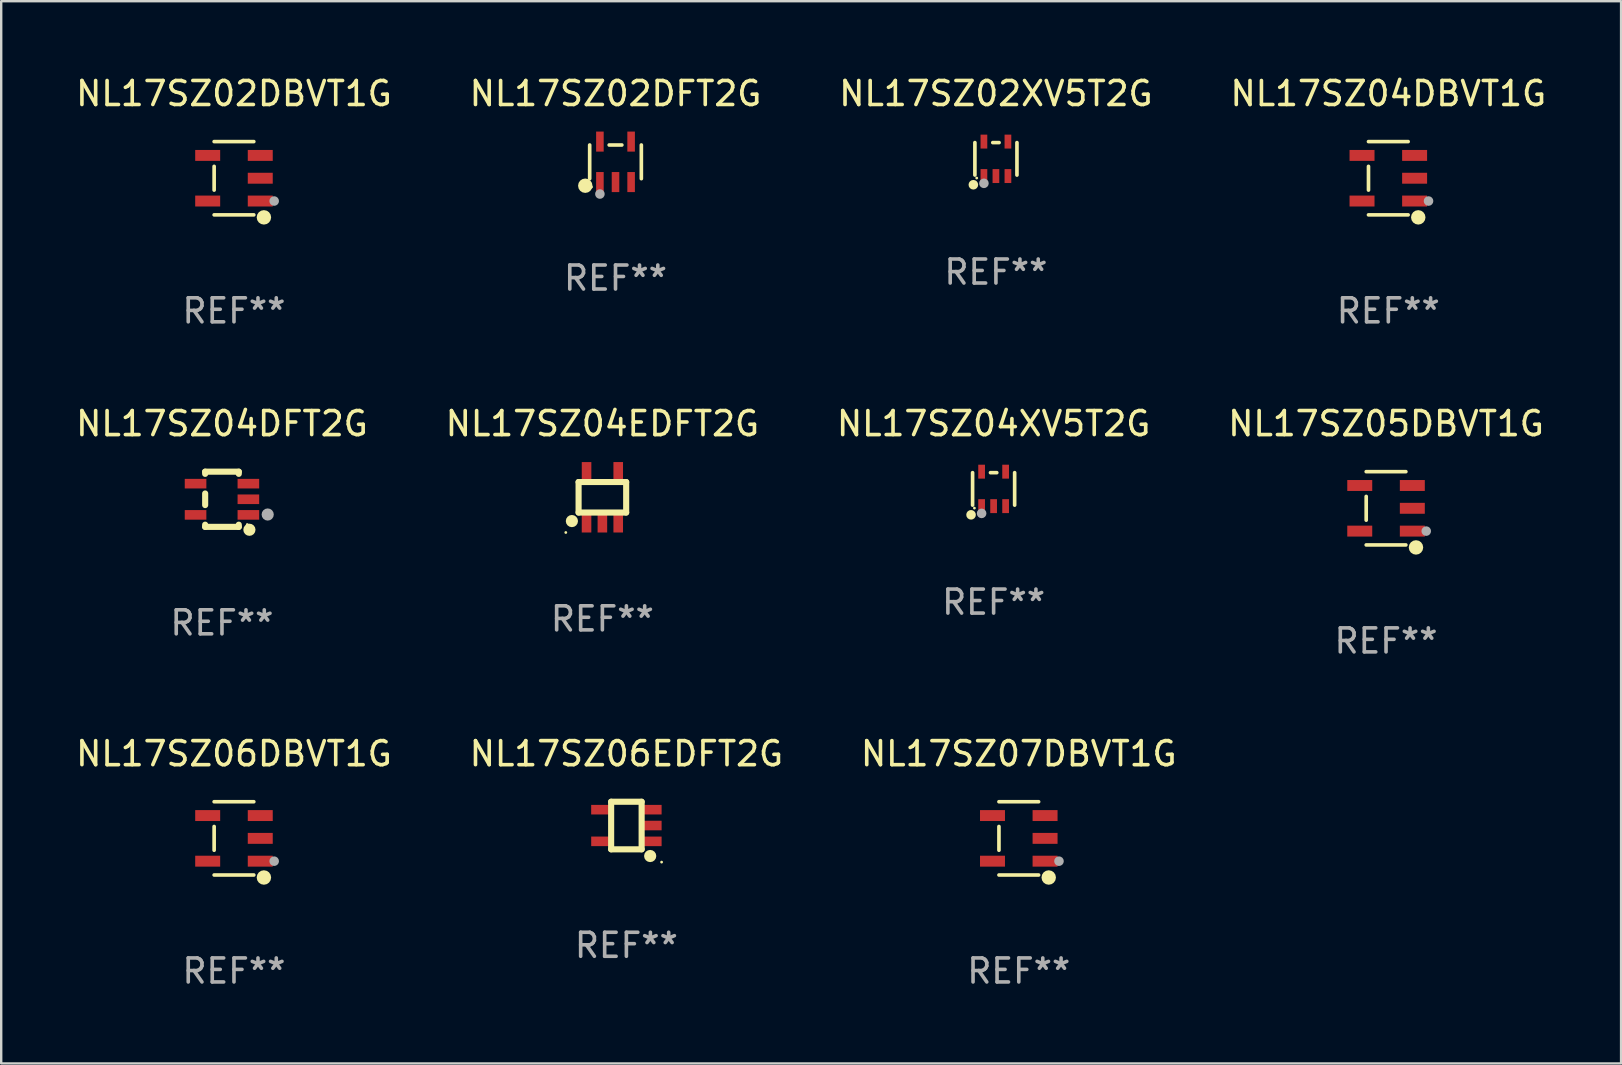
<source format=kicad_pcb>
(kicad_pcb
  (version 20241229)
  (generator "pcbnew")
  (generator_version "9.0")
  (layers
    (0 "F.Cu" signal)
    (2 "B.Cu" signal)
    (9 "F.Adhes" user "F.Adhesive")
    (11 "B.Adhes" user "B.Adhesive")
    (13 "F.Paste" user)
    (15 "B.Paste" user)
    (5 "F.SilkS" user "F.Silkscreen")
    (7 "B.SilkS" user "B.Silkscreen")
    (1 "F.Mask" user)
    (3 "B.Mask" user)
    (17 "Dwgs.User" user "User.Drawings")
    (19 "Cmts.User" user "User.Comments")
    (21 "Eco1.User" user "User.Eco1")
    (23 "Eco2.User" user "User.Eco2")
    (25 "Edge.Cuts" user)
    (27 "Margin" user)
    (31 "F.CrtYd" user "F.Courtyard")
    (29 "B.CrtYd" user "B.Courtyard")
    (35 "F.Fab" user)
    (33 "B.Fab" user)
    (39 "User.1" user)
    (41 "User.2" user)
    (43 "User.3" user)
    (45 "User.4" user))
  (footprint "NL17SZ02DFT2G"
    (layer "F.Cu")
    (at 22.589 3.691)
    (property "Reference" "NL17SZ02DFT2G" (at 0 -2.843 0) (layer "F.SilkS") (effects (font (size 1 1) (thickness 0.15))))
    (attr through_hole)
    (fp_line (start -1.076 0.701) (end -1.076 -0.701) (stroke (width 0.152) (type solid)) (layer "F.SilkS"))
    (fp_line (start 0.264 -0.701) (end -0.264 -0.701) (stroke (width 0.152) (type solid)) (layer "F.SilkS"))
    (fp_line (start 1.076 0.701) (end 1.076 -0.701) (stroke (width 0.152) (type solid)) (layer "F.SilkS"))
    (fp_circle (center -1.26 0.995) (end -1.11 0.995) (stroke (width 0.3) (type solid)) (fill no) (layer "F.SilkS"))
    (fp_circle (center -1 1.05) (end -0.97 1.05) (stroke (width 0.06) (type solid)) (fill no) (layer "F.SilkS"))
    (fp_circle (center -0.65 1.341) (end -0.55 1.341) (stroke (width 0.2) (type solid)) (fill no) (layer "F.Fab"))
    (fp_text user "REF**" (at 0 4.843 0) (layer "F.Fab") (effects (font (size 1 1) (thickness 0.15))))
    (pad "1" smd rect (at -0.65 0.843) (size 0.315 0.835) (layers "F.Cu" "F.Mask" "F.Paste"))
    (pad "2" smd rect (at 0.00014 0.843) (size 0.315 0.835) (layers "F.Cu" "F.Mask" "F.Paste"))
    (pad "3" smd rect (at 0.65 0.843) (size 0.315 0.835) (layers "F.Cu" "F.Mask" "F.Paste"))
    (pad "4" smd rect (at 0.65 -0.843) (size 0.315 0.835) (layers "F.Cu" "F.Mask" "F.Paste"))
    (pad "5" smd rect (at -0.65 -0.843) (size 0.315 0.835) (layers "F.Cu" "F.Mask" "F.Paste")))
  (footprint "NL17SZ04XV5T2G"
    (layer "F.Cu")
    (at 38.339 17.315)
    (property "Reference" "NL17SZ04XV5T2G" (at 0 -2.718 0) (layer "F.SilkS") (effects (font (size 1 1) (thickness 0.15))))
    (attr through_hole)
    (fp_line (start -0.876 0.676) (end -0.876 -0.676) (stroke (width 0.152) (type solid)) (layer "F.SilkS"))
    (fp_line (start 0.131 -0.676) (end -0.131 -0.676) (stroke (width 0.152) (type solid)) (layer "F.SilkS"))
    (fp_line (start 0.876 0.676) (end 0.876 -0.676) (stroke (width 0.152) (type solid)) (layer "F.SilkS"))
    (fp_circle (center -0.94 1.08) (end -0.84 1.08) (stroke (width 0.2) (type solid)) (fill no) (layer "F.SilkS"))
    (fp_circle (center -0.8 0.8) (end -0.77 0.8) (stroke (width 0.06) (type solid)) (fill no) (layer "F.SilkS"))
    (fp_circle (center -0.5 1.02) (end -0.4 1.02) (stroke (width 0.2) (type solid)) (fill no) (layer "F.Fab"))
    (fp_text user "REF**" (at 0 4.718 0) (layer "F.Fab") (effects (font (size 1 1) (thickness 0.15))))
    (pad "1" smd rect (at -0.5 0.718) (size 0.28 0.58) (layers "F.Cu" "F.Mask" "F.Paste"))
    (pad "2" smd rect (at -0.000102 0.718) (size 0.28 0.58) (layers "F.Cu" "F.Mask" "F.Paste"))
    (pad "3" smd rect (at 0.5 0.718) (size 0.28 0.58) (layers "F.Cu" "F.Mask" "F.Paste"))
    (pad "4" smd rect (at 0.5 -0.718) (size 0.28 0.58) (layers "F.Cu" "F.Mask" "F.Paste"))
    (pad "5" smd rect (at -0.5 -0.718) (size 0.28 0.58) (layers "F.Cu" "F.Mask" "F.Paste")))
  (footprint "NL17SZ02XV5T2G"
    (layer "F.Cu")
    (at 38.435 3.566)
    (property "Reference" "NL17SZ02XV5T2G" (at 0 -2.718 0) (layer "F.SilkS") (effects (font (size 1 1) (thickness 0.15))))
    (attr through_hole)
    (fp_line (start -0.876 0.676) (end -0.876 -0.676) (stroke (width 0.152) (type solid)) (layer "F.SilkS"))
    (fp_line (start 0.131 -0.676) (end -0.131 -0.676) (stroke (width 0.152) (type solid)) (layer "F.SilkS"))
    (fp_line (start 0.876 0.676) (end 0.876 -0.676) (stroke (width 0.152) (type solid)) (layer "F.SilkS"))
    (fp_circle (center -0.94 1.08) (end -0.84 1.08) (stroke (width 0.2) (type solid)) (fill no) (layer "F.SilkS"))
    (fp_circle (center -0.8 0.8) (end -0.77 0.8) (stroke (width 0.06) (type solid)) (fill no) (layer "F.SilkS"))
    (fp_circle (center -0.5 1.02) (end -0.4 1.02) (stroke (width 0.2) (type solid)) (fill no) (layer "F.Fab"))
    (fp_text user "REF**" (at 0 4.718 0) (layer "F.Fab") (effects (font (size 1 1) (thickness 0.15))))
    (pad "1" smd rect (at -0.5 0.718) (size 0.28 0.58) (layers "F.Cu" "F.Mask" "F.Paste"))
    (pad "2" smd rect (at -0.000102 0.718) (size 0.28 0.58) (layers "F.Cu" "F.Mask" "F.Paste"))
    (pad "3" smd rect (at 0.5 0.718) (size 0.28 0.58) (layers "F.Cu" "F.Mask" "F.Paste"))
    (pad "4" smd rect (at 0.5 -0.718) (size 0.28 0.58) (layers "F.Cu" "F.Mask" "F.Paste"))
    (pad "5" smd rect (at -0.5 -0.718) (size 0.28 0.58) (layers "F.Cu" "F.Mask" "F.Paste")))
  (footprint "NL17SZ04DFT2G"
    (layer "F.Cu")
    (at 6.196 17.747)
    (property "Reference" "NL17SZ04DFT2G" (at 0 -3.15 0) (layer "F.SilkS") (effects (font (size 1 1) (thickness 0.15))))
    (attr through_hole)
    (fp_line (start -0.7 -1.15) (end 0.7 -1.15) (stroke (width 0.254) (type solid)) (layer "F.SilkS"))
    (fp_line (start -0.7 -1.058) (end -0.7 -1.15) (stroke (width 0.254) (type solid)) (layer "F.SilkS"))
    (fp_line (start -0.7 0.242) (end -0.7 -0.242) (stroke (width 0.254) (type solid)) (layer "F.SilkS"))
    (fp_line (start -0.7 1.15) (end -0.7 1.058) (stroke (width 0.254) (type solid)) (layer "F.SilkS"))
    (fp_line (start -0.7 1.15) (end 0.7 1.15) (stroke (width 0.254) (type solid)) (layer "F.SilkS"))
    (fp_line (start 0.7 -1.058) (end 0.7 -1.15) (stroke (width 0.254) (type solid)) (layer "F.SilkS"))
    (fp_line (start 0.7 1.15) (end 0.7 1.058) (stroke (width 0.254) (type solid)) (layer "F.SilkS"))
    (fp_circle (center 1.053 1.052) (end 1.083 1.052) (stroke (width 0.06) (type solid)) (fill no) (layer "F.SilkS"))
    (fp_circle (center 1.143 1.27) (end 1.27 1.27) (stroke (width 0.254) (type solid)) (fill no) (layer "F.SilkS"))
    (fp_circle (center 1.905 0.635) (end 2.032 0.635) (stroke (width 0.254) (type solid)) (fill no) (layer "F.Fab"))
    (fp_text user "REF**" (at 0 5.15 0) (layer "F.Fab") (effects (font (size 1 1) (thickness 0.15))))
    (pad "1" smd rect (at 1.1 0.65 90) (size 0.4 0.9) (layers "F.Cu" "F.Mask" "F.Paste"))
    (pad "2" smd rect (at 1.1 0.000076 90) (size 0.4 0.9) (layers "F.Cu" "F.Mask" "F.Paste"))
    (pad "3" smd rect (at 1.1 -0.65 90) (size 0.4 0.9) (layers "F.Cu" "F.Mask" "F.Paste"))
    (pad "4" smd rect (at -1.1 -0.65 90) (size 0.4 0.9) (layers "F.Cu" "F.Mask" "F.Paste"))
    (pad "5" smd rect (at -1.1 0.65 90) (size 0.4 0.9) (layers "F.Cu" "F.Mask" "F.Paste")))
  (footprint "NL17SZ05DBVT1G"
    (layer "F.Cu")
    (at 54.685 18.123)
    (property "Reference" "NL17SZ05DBVT1G" (at 0 -3.526 0) (layer "F.SilkS") (effects (font (size 1 1) (thickness 0.15))))
    (attr through_hole)
    (fp_line (start -0.826 -0.494) (end -0.826 0.494) (stroke (width 0.152) (type solid)) (layer "F.SilkS"))
    (fp_line (start 0.826 -1.526) (end -0.826 -1.526) (stroke (width 0.152) (type solid)) (layer "F.SilkS"))
    (fp_line (start 0.826 1.526) (end -0.826 1.526) (stroke (width 0.152) (type solid)) (layer "F.SilkS"))
    (fp_circle (center 1.247 1.63) (end 1.398 1.63) (stroke (width 0.3) (type solid)) (fill no) (layer "F.SilkS"))
    (fp_circle (center 1.375 1.45) (end 1.405 1.45) (stroke (width 0.06) (type solid)) (fill no) (layer "F.SilkS"))
    (fp_circle (center 1.675 0.95) (end 1.775 0.95) (stroke (width 0.2) (type solid)) (fill no) (layer "F.Fab"))
    (fp_text user "REF**" (at 0 5.526 0) (layer "F.Fab") (effects (font (size 1 1) (thickness 0.15))))
    (pad "1" smd rect (at 1.095 0.95 270) (size 0.455 1.04) (layers "F.Cu" "F.Mask" "F.Paste"))
    (pad "2" smd rect (at 1.095 0 270) (size 0.455 1.04) (layers "F.Cu" "F.Mask" "F.Paste"))
    (pad "3" smd rect (at 1.095 -0.95 270) (size 0.455 1.04) (layers "F.Cu" "F.Mask" "F.Paste"))
    (pad "4" smd rect (at -1.095 -0.95 270) (size 0.455 1.04) (layers "F.Cu" "F.Mask" "F.Paste"))
    (pad "5" smd rect (at -1.095 0.95 270) (size 0.455 1.04) (layers "F.Cu" "F.Mask" "F.Paste")))
  (footprint "NL17SZ06DBVT1G"
    (layer "F.Cu")
    (at 6.696 31.872)
    (property "Reference" "NL17SZ06DBVT1G" (at 0 -3.526 0) (layer "F.SilkS") (effects (font (size 1 1) (thickness 0.15))))
    (attr through_hole)
    (fp_line (start -0.826 -0.494) (end -0.826 0.494) (stroke (width 0.152) (type solid)) (layer "F.SilkS"))
    (fp_line (start 0.826 -1.526) (end -0.826 -1.526) (stroke (width 0.152) (type solid)) (layer "F.SilkS"))
    (fp_line (start 0.826 1.526) (end -0.826 1.526) (stroke (width 0.152) (type solid)) (layer "F.SilkS"))
    (fp_circle (center 1.247 1.63) (end 1.398 1.63) (stroke (width 0.3) (type solid)) (fill no) (layer "F.SilkS"))
    (fp_circle (center 1.375 1.45) (end 1.405 1.45) (stroke (width 0.06) (type solid)) (fill no) (layer "F.SilkS"))
    (fp_circle (center 1.675 0.95) (end 1.775 0.95) (stroke (width 0.2) (type solid)) (fill no) (layer "F.Fab"))
    (fp_text user "REF**" (at 0 5.526 0) (layer "F.Fab") (effects (font (size 1 1) (thickness 0.15))))
    (pad "1" smd rect (at 1.095 0.95 270) (size 0.455 1.04) (layers "F.Cu" "F.Mask" "F.Paste"))
    (pad "2" smd rect (at 1.095 0 270) (size 0.455 1.04) (layers "F.Cu" "F.Mask" "F.Paste"))
    (pad "3" smd rect (at 1.095 -0.95 270) (size 0.455 1.04) (layers "F.Cu" "F.Mask" "F.Paste"))
    (pad "4" smd rect (at -1.095 -0.95 270) (size 0.455 1.04) (layers "F.Cu" "F.Mask" "F.Paste"))
    (pad "5" smd rect (at -1.095 0.95 270) (size 0.455 1.04) (layers "F.Cu" "F.Mask" "F.Paste")))
  (footprint "NL17SZ07DBVT1G"
    (layer "F.Cu")
    (at 39.387 31.872)
    (property "Reference" "NL17SZ07DBVT1G" (at 0 -3.526 0) (layer "F.SilkS") (effects (font (size 1 1) (thickness 0.15))))
    (attr through_hole)
    (fp_line (start -0.826 -0.494) (end -0.826 0.494) (stroke (width 0.152) (type solid)) (layer "F.SilkS"))
    (fp_line (start 0.826 -1.526) (end -0.826 -1.526) (stroke (width 0.152) (type solid)) (layer "F.SilkS"))
    (fp_line (start 0.826 1.526) (end -0.826 1.526) (stroke (width 0.152) (type solid)) (layer "F.SilkS"))
    (fp_circle (center 1.247 1.63) (end 1.398 1.63) (stroke (width 0.3) (type solid)) (fill no) (layer "F.SilkS"))
    (fp_circle (center 1.375 1.45) (end 1.405 1.45) (stroke (width 0.06) (type solid)) (fill no) (layer "F.SilkS"))
    (fp_circle (center 1.675 0.95) (end 1.775 0.95) (stroke (width 0.2) (type solid)) (fill no) (layer "F.Fab"))
    (fp_text user "REF**" (at 0 5.526 0) (layer "F.Fab") (effects (font (size 1 1) (thickness 0.15))))
    (pad "1" smd rect (at 1.095 0.95 270) (size 0.455 1.04) (layers "F.Cu" "F.Mask" "F.Paste"))
    (pad "2" smd rect (at 1.095 0 270) (size 0.455 1.04) (layers "F.Cu" "F.Mask" "F.Paste"))
    (pad "3" smd rect (at 1.095 -0.95 270) (size 0.455 1.04) (layers "F.Cu" "F.Mask" "F.Paste"))
    (pad "4" smd rect (at -1.095 -0.95 270) (size 0.455 1.04) (layers "F.Cu" "F.Mask" "F.Paste"))
    (pad "5" smd rect (at -1.095 0.95 270) (size 0.455 1.04) (layers "F.Cu" "F.Mask" "F.Paste")))
  (footprint "NL17SZ04DBVT1G"
    (layer "F.Cu")
    (at 54.78 4.374)
    (property "Reference" "NL17SZ04DBVT1G" (at 0 -3.526 0) (layer "F.SilkS") (effects (font (size 1 1) (thickness 0.15))))
    (attr through_hole)
    (fp_line (start -0.826 -0.494) (end -0.826 0.494) (stroke (width 0.152) (type solid)) (layer "F.SilkS"))
    (fp_line (start 0.826 -1.526) (end -0.826 -1.526) (stroke (width 0.152) (type solid)) (layer "F.SilkS"))
    (fp_line (start 0.826 1.526) (end -0.826 1.526) (stroke (width 0.152) (type solid)) (layer "F.SilkS"))
    (fp_circle (center 1.247 1.63) (end 1.398 1.63) (stroke (width 0.3) (type solid)) (fill no) (layer "F.SilkS"))
    (fp_circle (center 1.375 1.45) (end 1.405 1.45) (stroke (width 0.06) (type solid)) (fill no) (layer "F.SilkS"))
    (fp_circle (center 1.675 0.95) (end 1.775 0.95) (stroke (width 0.2) (type solid)) (fill no) (layer "F.Fab"))
    (fp_text user "REF**" (at 0 5.526 0) (layer "F.Fab") (effects (font (size 1 1) (thickness 0.15))))
    (pad "1" smd rect (at 1.095 0.95 270) (size 0.455 1.04) (layers "F.Cu" "F.Mask" "F.Paste"))
    (pad "2" smd rect (at 1.095 0 270) (size 0.455 1.04) (layers "F.Cu" "F.Mask" "F.Paste"))
    (pad "3" smd rect (at 1.095 -0.95 270) (size 0.455 1.04) (layers "F.Cu" "F.Mask" "F.Paste"))
    (pad "4" smd rect (at -1.095 -0.95 270) (size 0.455 1.04) (layers "F.Cu" "F.Mask" "F.Paste"))
    (pad "5" smd rect (at -1.095 0.95 270) (size 0.455 1.04) (layers "F.Cu" "F.Mask" "F.Paste")))
  (footprint "NL17SZ06EDFT2G"
    (layer "F.Cu")
    (at 23.042 31.337)
    (property "Reference" "NL17SZ06EDFT2G" (at 0 -2.991 0) (layer "F.SilkS") (effects (font (size 1 1) (thickness 0.15))))
    (attr through_hole)
    (fp_line (start -0.635 -0.991) (end 0.635 -0.991) (stroke (width 0.254) (type solid)) (layer "F.SilkS"))
    (fp_line (start -0.635 0.991) (end -0.635 -0.991) (stroke (width 0.254) (type solid)) (layer "F.SilkS"))
    (fp_line (start 0.635 -0.991) (end 0.635 0.991) (stroke (width 0.254) (type solid)) (layer "F.SilkS"))
    (fp_line (start 0.635 0.991) (end -0.635 0.991) (stroke (width 0.254) (type solid)) (layer "F.SilkS"))
    (fp_circle (center 0.991 1.27) (end 1.118 1.27) (stroke (width 0.254) (type solid)) (fill no) (layer "F.SilkS"))
    (fp_circle (center 1.467 1.524) (end 1.497 1.524) (stroke (width 0.06) (type solid)) (fill no) (layer "F.SilkS"))
    (fp_text user "REF**" (at 0 4.991 0) (layer "F.Fab") (effects (font (size 1 1) (thickness 0.15))))
    (pad "1" smd rect (at 1.067 0.66 180) (size 0.8 0.399) (layers "F.Cu" "F.Mask" "F.Paste"))
    (pad "2" smd rect (at 1.067 0 180) (size 0.8 0.399) (layers "F.Cu" "F.Mask" "F.Paste"))
    (pad "3" smd rect (at 1.067 -0.66 180) (size 0.8 0.399) (layers "F.Cu" "F.Mask" "F.Paste"))
    (pad "4" smd rect (at -1.067 -0.66 180) (size 0.8 0.399) (layers "F.Cu" "F.Mask" "F.Paste"))
    (pad "5" smd rect (at -1.066 0.659 180) (size 0.8 0.399) (layers "F.Cu" "F.Mask" "F.Paste")))
  (footprint "NL17SZ04EDFT2G"
    (layer "F.Cu")
    (at 22.042 17.664)
    (property "Reference" "NL17SZ04EDFT2G" (at 0 -3.067 0) (layer "F.SilkS") (effects (font (size 1 1) (thickness 0.15))))
    (attr through_hole)
    (fp_line (start -0.991 -0.635) (end 0.991 -0.635) (stroke (width 0.254) (type solid)) (layer "F.SilkS"))
    (fp_line (start -0.991 0.635) (end -0.991 -0.635) (stroke (width 0.254) (type solid)) (layer "F.SilkS"))
    (fp_line (start 0.991 -0.635) (end 0.991 0.635) (stroke (width 0.254) (type solid)) (layer "F.SilkS"))
    (fp_line (start 0.991 0.635) (end -0.991 0.635) (stroke (width 0.254) (type solid)) (layer "F.SilkS"))
    (fp_circle (center -1.524 1.467) (end -1.494 1.467) (stroke (width 0.06) (type solid)) (fill no) (layer "F.SilkS"))
    (fp_circle (center -1.27 0.991) (end -1.143 0.991) (stroke (width 0.254) (type solid)) (fill no) (layer "F.SilkS"))
    (fp_text user "REF**" (at 0 5.067 0) (layer "F.Fab") (effects (font (size 1 1) (thickness 0.15))))
    (pad "1" smd rect (at -0.66 1.067 90) (size 0.8 0.399) (layers "F.Cu" "F.Mask" "F.Paste"))
    (pad "2" smd rect (at 0 1.067 90) (size 0.8 0.399) (layers "F.Cu" "F.Mask" "F.Paste"))
    (pad "3" smd rect (at 0.66 1.067 90) (size 0.8 0.399) (layers "F.Cu" "F.Mask" "F.Paste"))
    (pad "4" smd rect (at 0.66 -1.067 90) (size 0.8 0.399) (layers "F.Cu" "F.Mask" "F.Paste"))
    (pad "5" smd rect (at -0.659 -1.066 90) (size 0.8 0.399) (layers "F.Cu" "F.Mask" "F.Paste")))
  (footprint "NL17SZ02DBVT1G"
    (layer "F.Cu")
    (at 6.696 4.374)
    (property "Reference" "NL17SZ02DBVT1G" (at 0 -3.526 0) (layer "F.SilkS") (effects (font (size 1 1) (thickness 0.15))))
    (attr through_hole)
    (fp_line (start -0.826 -0.494) (end -0.826 0.494) (stroke (width 0.152) (type solid)) (layer "F.SilkS"))
    (fp_line (start 0.826 -1.526) (end -0.826 -1.526) (stroke (width 0.152) (type solid)) (layer "F.SilkS"))
    (fp_line (start 0.826 1.526) (end -0.826 1.526) (stroke (width 0.152) (type solid)) (layer "F.SilkS"))
    (fp_circle (center 1.247 1.63) (end 1.398 1.63) (stroke (width 0.3) (type solid)) (fill no) (layer "F.SilkS"))
    (fp_circle (center 1.375 1.45) (end 1.405 1.45) (stroke (width 0.06) (type solid)) (fill no) (layer "F.SilkS"))
    (fp_circle (center 1.675 0.95) (end 1.775 0.95) (stroke (width 0.2) (type solid)) (fill no) (layer "F.Fab"))
    (fp_text user "REF**" (at 0 5.526 0) (layer "F.Fab") (effects (font (size 1 1) (thickness 0.15))))
    (pad "1" smd rect (at 1.095 0.95 270) (size 0.455 1.04) (layers "F.Cu" "F.Mask" "F.Paste"))
    (pad "2" smd rect (at 1.095 0 270) (size 0.455 1.04) (layers "F.Cu" "F.Mask" "F.Paste"))
    (pad "3" smd rect (at 1.095 -0.95 270) (size 0.455 1.04) (layers "F.Cu" "F.Mask" "F.Paste"))
    (pad "4" smd rect (at -1.095 -0.95 270) (size 0.455 1.04) (layers "F.Cu" "F.Mask" "F.Paste"))
    (pad "5" smd rect (at -1.095 0.95 270) (size 0.455 1.04) (layers "F.Cu" "F.Mask" "F.Paste")))
  (gr_rect
    (start -3 -3)
    (end 64.476 41.247)
    (stroke (width 0.1) (type default))
    (fill no)
    (layer "Edge.Cuts")))
</source>
